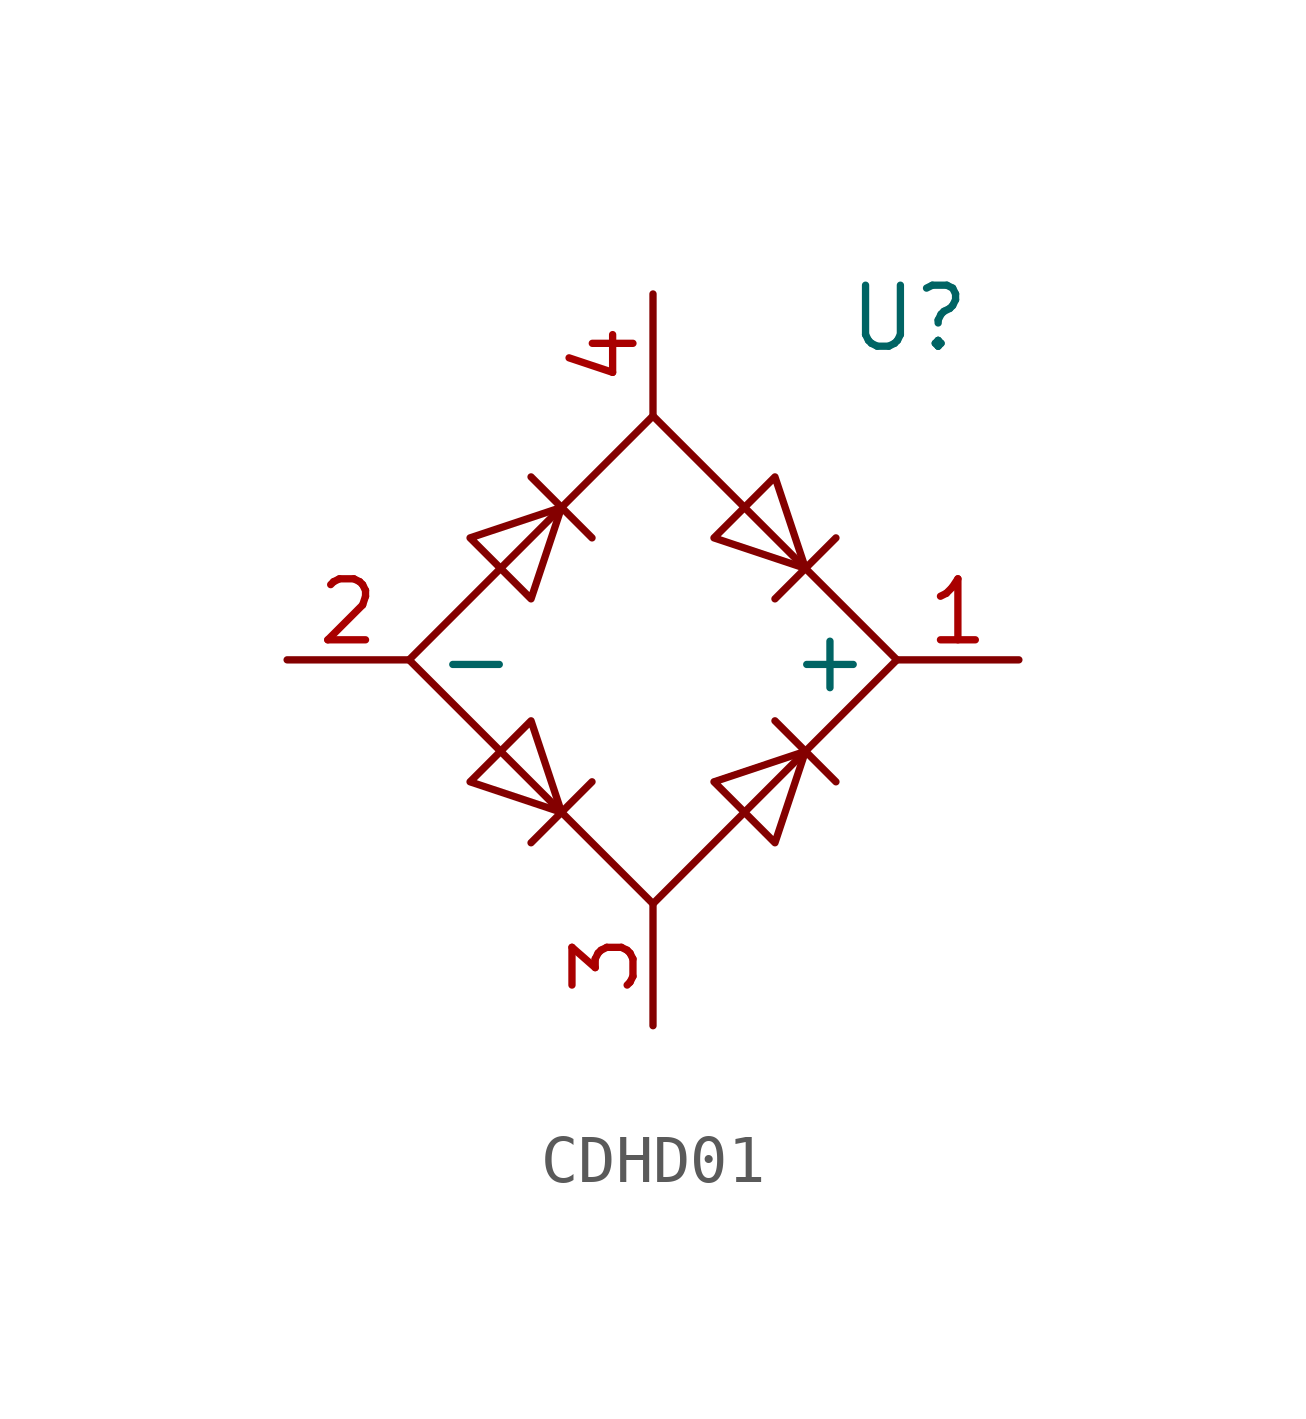
<source format=kicad_sym>
(kicad_symbol_lib
  (version 20241209)
  (generator "kicad_symbol_editor")
  (generator_version "9.0")
  (symbol "CDHD01"
    (property "Reference" "U"
      (at 5.334 7.112 0)
      (effects (font (size 1.27 1.27))))
    (property "Value" ""
      (at 0 0 0)
      (effects (font (size 1.27 1.27))))
    (symbol "CDHD01_0_1"
      (polyline (pts (xy -5.08 0) (xy 0 -5.08) (xy 5.08 0) (xy 0 5.08) (xy -5.08 0)) (stroke (width 0) (type default)) (fill (type none)))
      (polyline (pts (xy -3.81 2.54) (xy -2.54 1.27) (xy -1.905 3.175) (xy -3.81 2.54)) (stroke (width 0) (type default)) (fill (type none)))
      (polyline (pts (xy -2.54 3.81) (xy -1.27 2.54)) (stroke (width 0) (type default)) (fill (type none)))
      (polyline (pts (xy -2.54 -1.27) (xy -3.81 -2.54) (xy -1.905 -3.175) (xy -2.54 -1.27)) (stroke (width 0) (type default)) (fill (type none)))
      (polyline (pts (xy -1.27 -2.54) (xy -2.54 -3.81)) (stroke (width 0) (type default)) (fill (type none)))
      (polyline (pts (xy 1.27 2.54) (xy 2.54 3.81) (xy 3.175 1.905) (xy 1.27 2.54)) (stroke (width 0) (type default)) (fill (type none)))
      (polyline (pts (xy 2.54 1.27) (xy 3.81 2.54)) (stroke (width 0) (type default)) (fill (type none)))
      (polyline (pts (xy 2.54 -1.27) (xy 3.81 -2.54)) (stroke (width 0) (type default)) (fill (type none)))
      (polyline (pts (xy 3.175 -1.905) (xy 1.27 -2.54) (xy 2.54 -3.81) (xy 3.175 -1.905)) (stroke (width 0) (type default)) (fill (type none))))
    (symbol "CDHD01_1_1"
      (pin passive line (at -7.62 0 0) (length 2.54) (name "-" (effects (font (size 1.27 1.27)))) (number "2" (effects (font (size 1.27 1.27)))))
      (pin passive line (at 0 7.62 270) (length 2.54) (name "~" (effects (font (size 1.27 1.27)))) (number "4" (effects (font (size 1.27 1.27)))))
      (pin passive line (at 0 -7.62 90) (length 2.54) (name "~" (effects (font (size 1.27 1.27)))) (number "3" (effects (font (size 1.27 1.27)))))
      (pin passive line (at 7.62 0 180) (length 2.54) (name "+" (effects (font (size 1.27 1.27)))) (number "1" (effects (font (size 1.27 1.27))))))))
</source>
